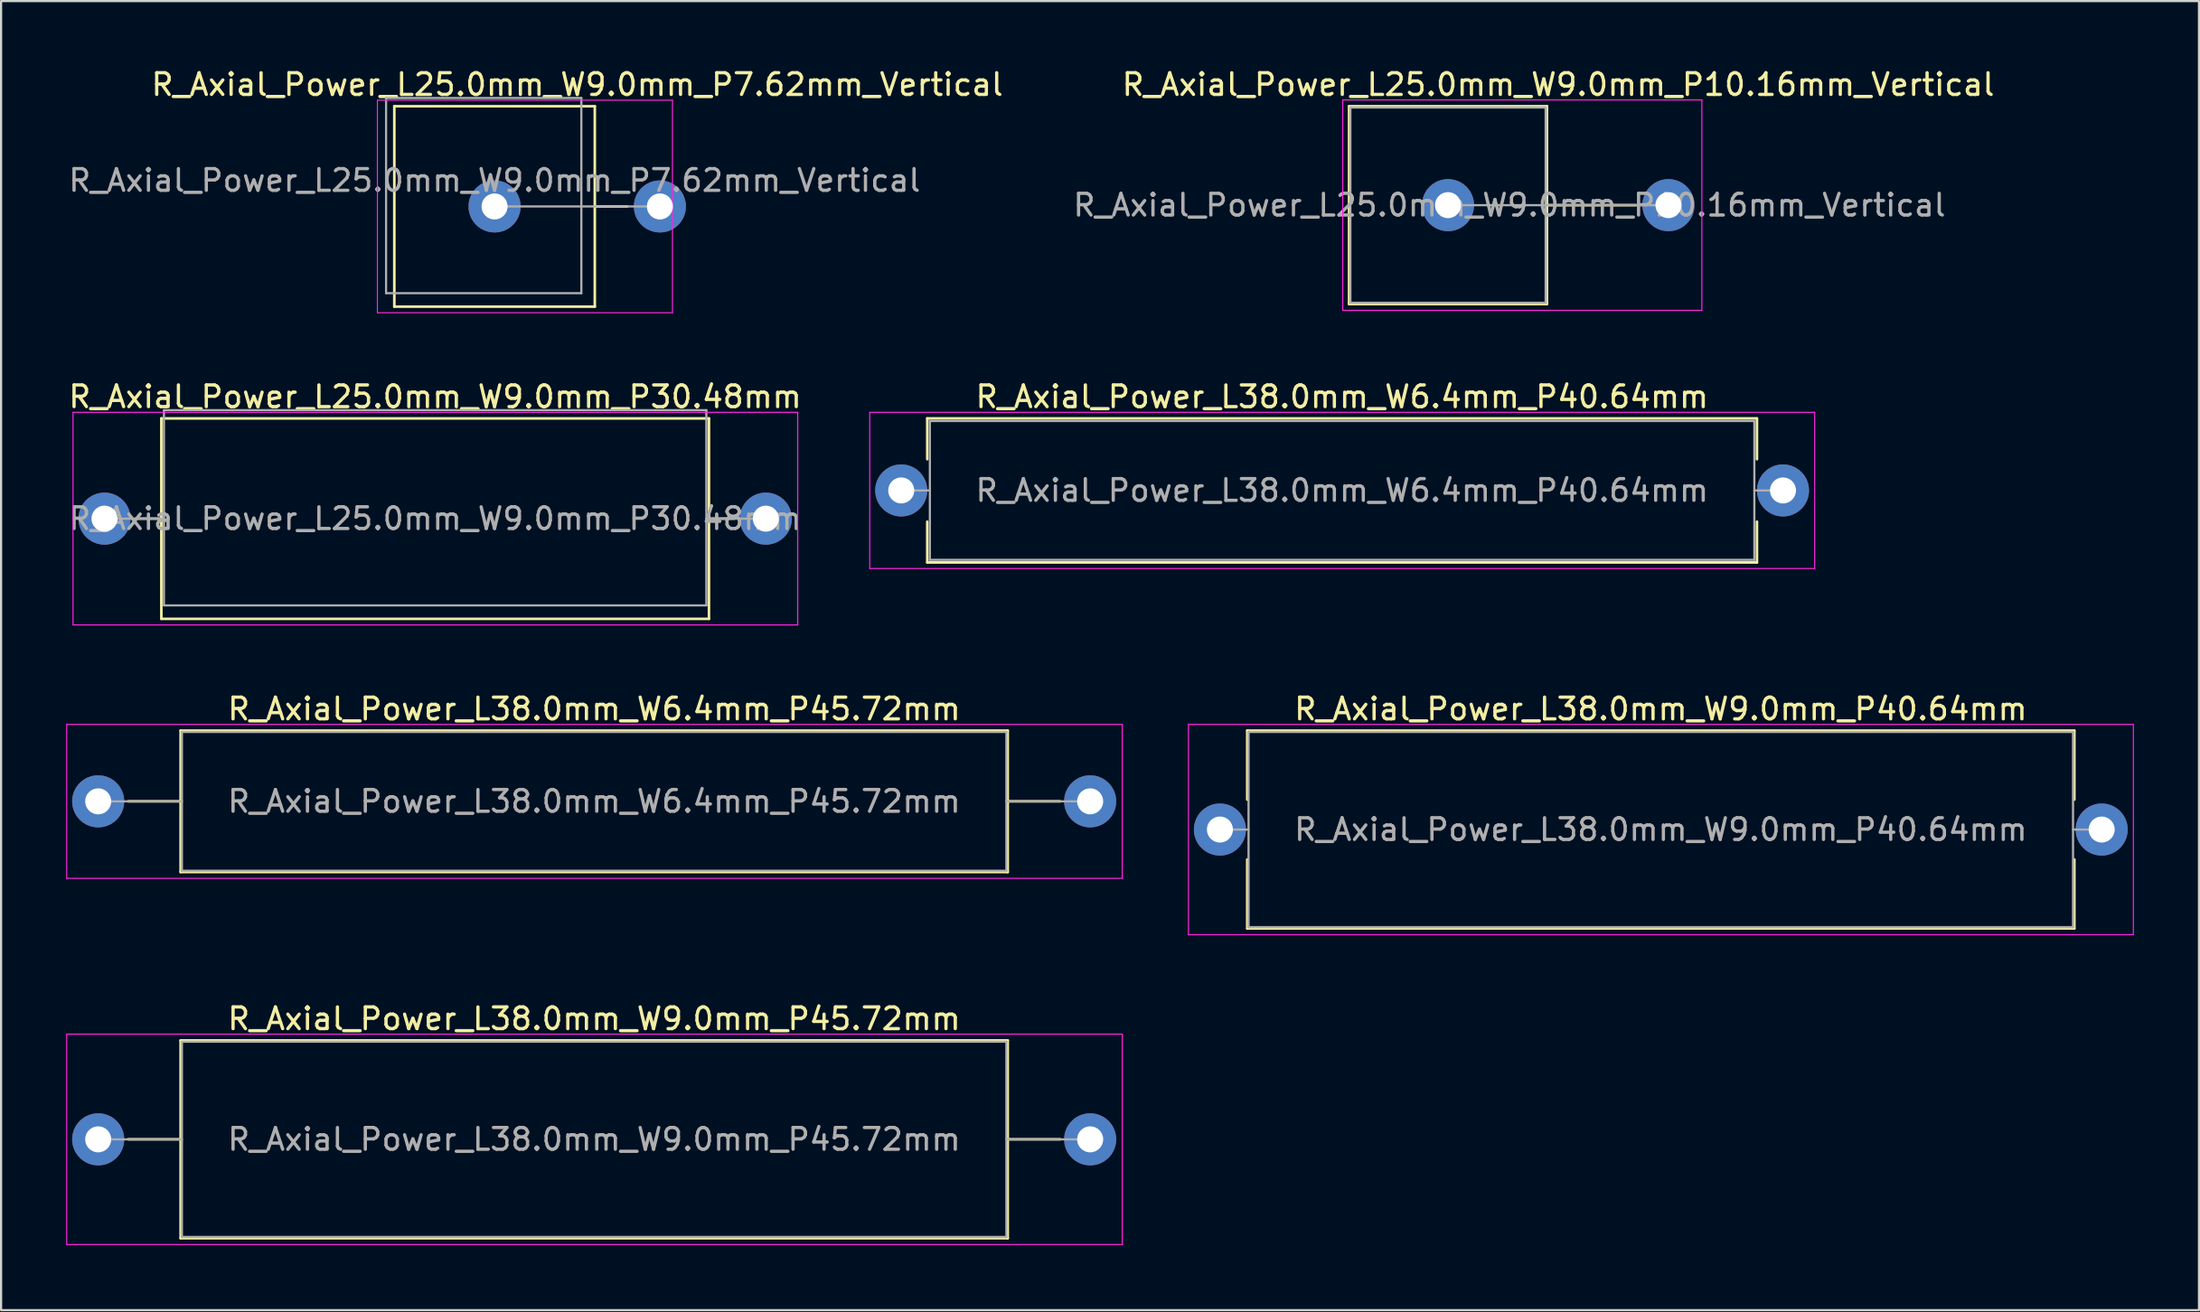
<source format=kicad_pcb>
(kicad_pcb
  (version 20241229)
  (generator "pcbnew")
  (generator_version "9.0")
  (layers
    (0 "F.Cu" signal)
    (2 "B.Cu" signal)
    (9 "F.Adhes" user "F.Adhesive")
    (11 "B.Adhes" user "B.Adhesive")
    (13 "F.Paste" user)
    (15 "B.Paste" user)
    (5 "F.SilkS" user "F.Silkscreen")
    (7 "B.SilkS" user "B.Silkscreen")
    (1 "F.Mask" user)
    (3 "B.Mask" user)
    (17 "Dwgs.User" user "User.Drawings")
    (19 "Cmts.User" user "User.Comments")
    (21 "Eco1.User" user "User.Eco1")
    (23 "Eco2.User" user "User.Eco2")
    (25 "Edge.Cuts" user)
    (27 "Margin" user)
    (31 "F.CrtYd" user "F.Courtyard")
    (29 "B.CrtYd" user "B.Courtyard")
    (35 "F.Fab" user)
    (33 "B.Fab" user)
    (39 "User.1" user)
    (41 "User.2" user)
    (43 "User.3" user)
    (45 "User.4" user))
  (footprint "R_Axial_Power_L38.0mm_W9.0mm_P40.64mm"
    (layer "F.Cu")
    (at 53.175 35.195)
    (property "Reference" "R_Axial_Power_L38.0mm_W9.0mm_P40.64mm" (at 20.32 -5.56 0) (layer "F.SilkS") (effects (font (size 1 1) (thickness 0.15))))
    (attr through_hole)
    (fp_line (start 1.26 -4.56) (end 39.38 -4.56) (stroke (width 0.12) (type solid)) (layer "F.SilkS"))
    (fp_line (start 1.26 -1.38) (end 1.26 -4.56) (stroke (width 0.12) (type solid)) (layer "F.SilkS"))
    (fp_line (start 1.26 1.38) (end 1.26 4.56) (stroke (width 0.12) (type solid)) (layer "F.SilkS"))
    (fp_line (start 1.26 4.56) (end 39.38 4.56) (stroke (width 0.12) (type solid)) (layer "F.SilkS"))
    (fp_line (start 39.38 -4.56) (end 39.38 -1.38) (stroke (width 0.12) (type solid)) (layer "F.SilkS"))
    (fp_line (start 39.38 4.56) (end 39.38 1.38) (stroke (width 0.12) (type solid)) (layer "F.SilkS"))
    (fp_line (start -1.45 -4.85) (end -1.45 4.85) (stroke (width 0.05) (type solid)) (layer "F.CrtYd"))
    (fp_line (start -1.45 4.85) (end 42.1 4.85) (stroke (width 0.05) (type solid)) (layer "F.CrtYd"))
    (fp_line (start 42.1 -4.85) (end -1.45 -4.85) (stroke (width 0.05) (type solid)) (layer "F.CrtYd"))
    (fp_line (start 42.1 4.85) (end 42.1 -4.85) (stroke (width 0.05) (type solid)) (layer "F.CrtYd"))
    (fp_line (start 0 0) (end 1.32 0) (stroke (width 0.1) (type solid)) (layer "F.Fab"))
    (fp_line (start 1.32 -4.5) (end 1.32 4.5) (stroke (width 0.1) (type solid)) (layer "F.Fab"))
    (fp_line (start 1.32 4.5) (end 39.32 4.5) (stroke (width 0.1) (type solid)) (layer "F.Fab"))
    (fp_line (start 39.32 -4.5) (end 1.32 -4.5) (stroke (width 0.1) (type solid)) (layer "F.Fab"))
    (fp_line (start 39.32 4.5) (end 39.32 -4.5) (stroke (width 0.1) (type solid)) (layer "F.Fab"))
    (fp_line (start 40.64 0) (end 39.32 0) (stroke (width 0.1) (type solid)) (layer "F.Fab"))
    (fp_text user "${REFERENCE}" (at 20.32 0 0) (layer "F.Fab") (effects (font (size 1 1) (thickness 0.15))))
    (pad "1" thru_hole circle (at 0 0) (size 2.4 2.4) (drill 1.2) (layers "*.Cu" "*.Mask"))
    (pad "2" thru_hole oval (at 40.64 0) (size 2.4 2.4) (drill 1.2) (layers "*.Cu" "*.Mask")))
  (footprint "R_Axial_Power_L38.0mm_W9.0mm_P45.72mm"
    (layer "F.Cu")
    (at 1.475 49.478)
    (property "Reference" "R_Axial_Power_L38.0mm_W9.0mm_P45.72mm" (at 22.86 -5.56 0) (layer "F.SilkS") (effects (font (size 1 1) (thickness 0.15))))
    (attr through_hole)
    (fp_line (start 1.38 0) (end 3.8 0) (stroke (width 0.12) (type solid)) (layer "F.SilkS"))
    (fp_line (start 3.8 -4.56) (end 3.8 4.56) (stroke (width 0.12) (type solid)) (layer "F.SilkS"))
    (fp_line (start 3.8 4.56) (end 41.92 4.56) (stroke (width 0.12) (type solid)) (layer "F.SilkS"))
    (fp_line (start 41.92 -4.56) (end 3.8 -4.56) (stroke (width 0.12) (type solid)) (layer "F.SilkS"))
    (fp_line (start 41.92 4.56) (end 41.92 -4.56) (stroke (width 0.12) (type solid)) (layer "F.SilkS"))
    (fp_line (start 44.34 0) (end 41.92 0) (stroke (width 0.12) (type solid)) (layer "F.SilkS"))
    (fp_line (start -1.45 -4.85) (end -1.45 4.85) (stroke (width 0.05) (type solid)) (layer "F.CrtYd"))
    (fp_line (start -1.45 4.85) (end 47.2 4.85) (stroke (width 0.05) (type solid)) (layer "F.CrtYd"))
    (fp_line (start 47.2 -4.85) (end -1.45 -4.85) (stroke (width 0.05) (type solid)) (layer "F.CrtYd"))
    (fp_line (start 47.2 4.85) (end 47.2 -4.85) (stroke (width 0.05) (type solid)) (layer "F.CrtYd"))
    (fp_line (start 0 0) (end 3.86 0) (stroke (width 0.1) (type solid)) (layer "F.Fab"))
    (fp_line (start 3.86 -4.5) (end 3.86 4.5) (stroke (width 0.1) (type solid)) (layer "F.Fab"))
    (fp_line (start 3.86 4.5) (end 41.86 4.5) (stroke (width 0.1) (type solid)) (layer "F.Fab"))
    (fp_line (start 41.86 -4.5) (end 3.86 -4.5) (stroke (width 0.1) (type solid)) (layer "F.Fab"))
    (fp_line (start 41.86 4.5) (end 41.86 -4.5) (stroke (width 0.1) (type solid)) (layer "F.Fab"))
    (fp_line (start 45.72 0) (end 41.86 0) (stroke (width 0.1) (type solid)) (layer "F.Fab"))
    (fp_text user "${REFERENCE}" (at 22.86 0 0) (layer "F.Fab") (effects (font (size 1 1) (thickness 0.15))))
    (pad "1" thru_hole circle (at 0 0) (size 2.4 2.4) (drill 1.2) (layers "*.Cu" "*.Mask"))
    (pad "2" thru_hole oval (at 45.72 0) (size 2.4 2.4) (drill 1.2) (layers "*.Cu" "*.Mask")))
  (footprint "R_Axial_Power_L38.0mm_W6.4mm_P40.64mm"
    (layer "F.Cu")
    (at 38.487 19.561)
    (property "Reference" "R_Axial_Power_L38.0mm_W6.4mm_P40.64mm" (at 20.32 -4.32 0) (layer "F.SilkS") (effects (font (size 1 1) (thickness 0.15))))
    (attr through_hole)
    (fp_line (start 1.2 -3.32) (end 39.44 -3.32) (stroke (width 0.12) (type solid)) (layer "F.SilkS"))
    (fp_line (start 1.2 -1.44) (end 1.2 -3.32) (stroke (width 0.12) (type solid)) (layer "F.SilkS"))
    (fp_line (start 1.2 1.44) (end 1.2 3.32) (stroke (width 0.12) (type solid)) (layer "F.SilkS"))
    (fp_line (start 1.2 3.32) (end 39.44 3.32) (stroke (width 0.12) (type solid)) (layer "F.SilkS"))
    (fp_line (start 39.44 -3.32) (end 39.44 -1.44) (stroke (width 0.12) (type solid)) (layer "F.SilkS"))
    (fp_line (start 39.44 3.32) (end 39.44 1.44) (stroke (width 0.12) (type solid)) (layer "F.SilkS"))
    (fp_line (start -1.45 -3.6) (end -1.45 3.6) (stroke (width 0.05) (type solid)) (layer "F.CrtYd"))
    (fp_line (start -1.45 3.6) (end 42.1 3.6) (stroke (width 0.05) (type solid)) (layer "F.CrtYd"))
    (fp_line (start 42.1 -3.6) (end -1.45 -3.6) (stroke (width 0.05) (type solid)) (layer "F.CrtYd"))
    (fp_line (start 42.1 3.6) (end 42.1 -3.6) (stroke (width 0.05) (type solid)) (layer "F.CrtYd"))
    (fp_line (start 0 0) (end 1.32 0) (stroke (width 0.1) (type solid)) (layer "F.Fab"))
    (fp_line (start 1.32 -3.2) (end 1.32 3.2) (stroke (width 0.1) (type solid)) (layer "F.Fab"))
    (fp_line (start 1.32 3.2) (end 39.32 3.2) (stroke (width 0.1) (type solid)) (layer "F.Fab"))
    (fp_line (start 39.32 -3.2) (end 1.32 -3.2) (stroke (width 0.1) (type solid)) (layer "F.Fab"))
    (fp_line (start 39.32 3.2) (end 39.32 -3.2) (stroke (width 0.1) (type solid)) (layer "F.Fab"))
    (fp_line (start 40.64 0) (end 39.32 0) (stroke (width 0.1) (type solid)) (layer "F.Fab"))
    (fp_text user "${REFERENCE}" (at 20.32 0 0) (layer "F.Fab") (effects (font (size 1 1) (thickness 0.15))))
    (pad "1" thru_hole circle (at 0 0) (size 2.4 2.4) (drill 1.2) (layers "*.Cu" "*.Mask"))
    (pad "2" thru_hole oval (at 40.64 0) (size 2.4 2.4) (drill 1.2) (layers "*.Cu" "*.Mask")))
  (footprint "R_Axial_Power_L38.0mm_W6.4mm_P45.72mm"
    (layer "F.Cu")
    (at 1.475 33.895)
    (property "Reference" "R_Axial_Power_L38.0mm_W6.4mm_P45.72mm" (at 22.86 -4.26 0) (layer "F.SilkS") (effects (font (size 1 1) (thickness 0.15))))
    (attr through_hole)
    (fp_line (start 1.38 0) (end 3.8 0) (stroke (width 0.12) (type solid)) (layer "F.SilkS"))
    (fp_line (start 3.8 -3.26) (end 3.8 3.26) (stroke (width 0.12) (type solid)) (layer "F.SilkS"))
    (fp_line (start 3.8 3.26) (end 41.92 3.26) (stroke (width 0.12) (type solid)) (layer "F.SilkS"))
    (fp_line (start 41.92 -3.26) (end 3.8 -3.26) (stroke (width 0.12) (type solid)) (layer "F.SilkS"))
    (fp_line (start 41.92 3.26) (end 41.92 -3.26) (stroke (width 0.12) (type solid)) (layer "F.SilkS"))
    (fp_line (start 44.34 0) (end 41.92 0) (stroke (width 0.12) (type solid)) (layer "F.SilkS"))
    (fp_line (start -1.45 -3.55) (end -1.45 3.55) (stroke (width 0.05) (type solid)) (layer "F.CrtYd"))
    (fp_line (start -1.45 3.55) (end 47.2 3.55) (stroke (width 0.05) (type solid)) (layer "F.CrtYd"))
    (fp_line (start 47.2 -3.55) (end -1.45 -3.55) (stroke (width 0.05) (type solid)) (layer "F.CrtYd"))
    (fp_line (start 47.2 3.55) (end 47.2 -3.55) (stroke (width 0.05) (type solid)) (layer "F.CrtYd"))
    (fp_line (start 0 0) (end 3.86 0) (stroke (width 0.1) (type solid)) (layer "F.Fab"))
    (fp_line (start 3.86 -3.2) (end 3.86 3.2) (stroke (width 0.1) (type solid)) (layer "F.Fab"))
    (fp_line (start 3.86 3.2) (end 41.86 3.2) (stroke (width 0.1) (type solid)) (layer "F.Fab"))
    (fp_line (start 41.86 -3.2) (end 3.86 -3.2) (stroke (width 0.1) (type solid)) (layer "F.Fab"))
    (fp_line (start 41.86 3.2) (end 41.86 -3.2) (stroke (width 0.1) (type solid)) (layer "F.Fab"))
    (fp_line (start 45.72 0) (end 41.86 0) (stroke (width 0.1) (type solid)) (layer "F.Fab"))
    (fp_text user "${REFERENCE}" (at 22.86 0 0) (layer "F.Fab") (effects (font (size 1 1) (thickness 0.15))))
    (pad "1" thru_hole circle (at 0 0) (size 2.4 2.4) (drill 1.2) (layers "*.Cu" "*.Mask"))
    (pad "2" thru_hole oval (at 45.72 0) (size 2.4 2.4) (drill 1.2) (layers "*.Cu" "*.Mask")))
  (footprint "R_Axial_Power_L25.0mm_W9.0mm_P7.62mm_Vertical"
    (layer "F.Cu")
    (at 19.744 6.468)
    (property "Reference" "R_Axial_Power_L25.0mm_W9.0mm_P7.62mm_Vertical" (at 3.81 -5.62 0) (layer "F.SilkS") (effects (font (size 1 1) (thickness 0.15))))
    (attr through_hole)
    (fp_line (start -4.62 -4.62) (end -4.62 4.62) (stroke (width 0.12) (type solid)) (layer "F.SilkS"))
    (fp_line (start -4.62 4.62) (end 4.62 4.62) (stroke (width 0.12) (type solid)) (layer "F.SilkS"))
    (fp_line (start 4.62 -4.62) (end -4.62 -4.62) (stroke (width 0.12) (type solid)) (layer "F.SilkS"))
    (fp_line (start 4.62 0) (end 6.12 0) (stroke (width 0.12) (type solid)) (layer "F.SilkS"))
    (fp_line (start 4.62 4.62) (end 4.62 -4.62) (stroke (width 0.12) (type solid)) (layer "F.SilkS"))
    (fp_line (start -5.4 -4.9) (end -5.4 4.9) (stroke (width 0.05) (type solid)) (layer "F.CrtYd"))
    (fp_line (start -5.4 4.9) (end 8.2 4.9) (stroke (width 0.05) (type solid)) (layer "F.CrtYd"))
    (fp_line (start 8.2 -4.9) (end -5.4 -4.9) (stroke (width 0.05) (type solid)) (layer "F.CrtYd"))
    (fp_line (start 8.2 4.9) (end 8.2 -4.9) (stroke (width 0.05) (type solid)) (layer "F.CrtYd"))
    (fp_line (start -5 -5) (end -5 4) (stroke (width 0.1) (type solid)) (layer "F.Fab"))
    (fp_line (start -5 4) (end 4 4) (stroke (width 0.1) (type solid)) (layer "F.Fab"))
    (fp_line (start 0 0) (end 7.62 0) (stroke (width 0.1) (type solid)) (layer "F.Fab"))
    (fp_line (start 4 -5) (end -5 -5) (stroke (width 0.1) (type solid)) (layer "F.Fab"))
    (fp_line (start 4 4) (end 4 -5) (stroke (width 0.1) (type solid)) (layer "F.Fab"))
    (fp_text user "${REFERENCE}" (at 0 -1.2 0) (layer "F.Fab") (effects (font (size 1 1) (thickness 0.15))))
    (pad "1" thru_hole circle (at 0 0) (size 2.4 2.4) (drill 1.2) (layers "*.Cu" "*.Mask"))
    (pad "2" thru_hole oval (at 7.62 0) (size 2.4 2.4) (drill 1.2) (layers "*.Cu" "*.Mask")))
  (footprint "R_Axial_Power_L25.0mm_W9.0mm_P10.16mm_Vertical"
    (layer "F.Cu")
    (at 63.688 6.408)
    (property "Reference" "R_Axial_Power_L25.0mm_W9.0mm_P10.16mm_Vertical" (at 5.08 -5.56 0) (layer "F.SilkS") (effects (font (size 1 1) (thickness 0.15))))
    (attr through_hole)
    (fp_line (start -4.56 -4.56) (end -4.56 4.56) (stroke (width 0.12) (type solid)) (layer "F.SilkS"))
    (fp_line (start -4.56 4.56) (end 4.56 4.56) (stroke (width 0.12) (type solid)) (layer "F.SilkS"))
    (fp_line (start 4.56 -4.56) (end -4.56 -4.56) (stroke (width 0.12) (type solid)) (layer "F.SilkS"))
    (fp_line (start 4.56 0) (end 8.66 0) (stroke (width 0.12) (type solid)) (layer "F.SilkS"))
    (fp_line (start 4.56 4.56) (end 4.56 -4.56) (stroke (width 0.12) (type solid)) (layer "F.SilkS"))
    (fp_line (start -4.85 -4.85) (end -4.85 4.85) (stroke (width 0.05) (type solid)) (layer "F.CrtYd"))
    (fp_line (start -4.85 4.85) (end 11.7 4.85) (stroke (width 0.05) (type solid)) (layer "F.CrtYd"))
    (fp_line (start 11.7 -4.85) (end -4.85 -4.85) (stroke (width 0.05) (type solid)) (layer "F.CrtYd"))
    (fp_line (start 11.7 4.85) (end 11.7 -4.85) (stroke (width 0.05) (type solid)) (layer "F.CrtYd"))
    (fp_line (start -4.5 -4.5) (end -4.5 4.5) (stroke (width 0.1) (type solid)) (layer "F.Fab"))
    (fp_line (start -4.5 4.5) (end 4.5 4.5) (stroke (width 0.1) (type solid)) (layer "F.Fab"))
    (fp_line (start 0 0) (end 10.16 0) (stroke (width 0.1) (type solid)) (layer "F.Fab"))
    (fp_line (start 4.5 -4.5) (end -4.5 -4.5) (stroke (width 0.1) (type solid)) (layer "F.Fab"))
    (fp_line (start 4.5 4.5) (end 4.5 -4.5) (stroke (width 0.1) (type solid)) (layer "F.Fab"))
    (fp_text user "${REFERENCE}" (at 2.83 0 0) (layer "F.Fab") (effects (font (size 1 1) (thickness 0.15))))
    (pad "1" thru_hole circle (at 0 0) (size 2.4 2.4) (drill 1.2) (layers "*.Cu" "*.Mask"))
    (pad "2" thru_hole oval (at 10.16 0) (size 2.4 2.4) (drill 1.2) (layers "*.Cu" "*.Mask")))
  (footprint "R_Axial_Power_L25.0mm_W9.0mm_P30.48mm"
    (layer "F.Cu")
    (at 1.766 20.861)
    (property "Reference" "R_Axial_Power_L25.0mm_W9.0mm_P30.48mm" (at 15.24 -5.62 0) (layer "F.SilkS") (effects (font (size 1 1) (thickness 0.15))))
    (attr through_hole)
    (fp_line (start 1.44 0) (end 2.62 0) (stroke (width 0.12) (type solid)) (layer "F.SilkS"))
    (fp_line (start 2.62 -4.62) (end 2.62 4.62) (stroke (width 0.12) (type solid)) (layer "F.SilkS"))
    (fp_line (start 2.62 4.62) (end 27.86 4.62) (stroke (width 0.12) (type solid)) (layer "F.SilkS"))
    (fp_line (start 27.86 -4.62) (end 2.62 -4.62) (stroke (width 0.12) (type solid)) (layer "F.SilkS"))
    (fp_line (start 27.86 4.62) (end 27.86 -4.62) (stroke (width 0.12) (type solid)) (layer "F.SilkS"))
    (fp_line (start 29.04 0) (end 27.86 0) (stroke (width 0.12) (type solid)) (layer "F.SilkS"))
    (fp_line (start -1.45 -4.9) (end -1.45 4.9) (stroke (width 0.05) (type solid)) (layer "F.CrtYd"))
    (fp_line (start -1.45 4.9) (end 31.95 4.9) (stroke (width 0.05) (type solid)) (layer "F.CrtYd"))
    (fp_line (start 31.95 -4.9) (end -1.45 -4.9) (stroke (width 0.05) (type solid)) (layer "F.CrtYd"))
    (fp_line (start 31.95 4.9) (end 31.95 -4.9) (stroke (width 0.05) (type solid)) (layer "F.CrtYd"))
    (fp_line (start 0 0) (end 2.74 0) (stroke (width 0.1) (type solid)) (layer "F.Fab"))
    (fp_line (start 2.74 -5) (end 2.74 4) (stroke (width 0.1) (type solid)) (layer "F.Fab"))
    (fp_line (start 2.74 4) (end 27.74 4) (stroke (width 0.1) (type solid)) (layer "F.Fab"))
    (fp_line (start 27.74 -5) (end 2.74 -5) (stroke (width 0.1) (type solid)) (layer "F.Fab"))
    (fp_line (start 27.74 4) (end 27.74 -5) (stroke (width 0.1) (type solid)) (layer "F.Fab"))
    (fp_line (start 30.48 0) (end 27.74 0) (stroke (width 0.1) (type solid)) (layer "F.Fab"))
    (fp_text user "${REFERENCE}" (at 15.24 0 0) (layer "F.Fab") (effects (font (size 1 1) (thickness 0.15))))
    (pad "1" thru_hole circle (at 0 0) (size 2.4 2.4) (drill 1.2) (layers "*.Cu" "*.Mask"))
    (pad "2" thru_hole oval (at 30.48 0) (size 2.4 2.4) (drill 1.2) (layers "*.Cu" "*.Mask")))
  (gr_rect
    (start -3 -3)
    (end 98.3 57.353)
    (stroke (width 0.1) (type default))
    (fill no)
    (layer "Edge.Cuts")))
</source>
